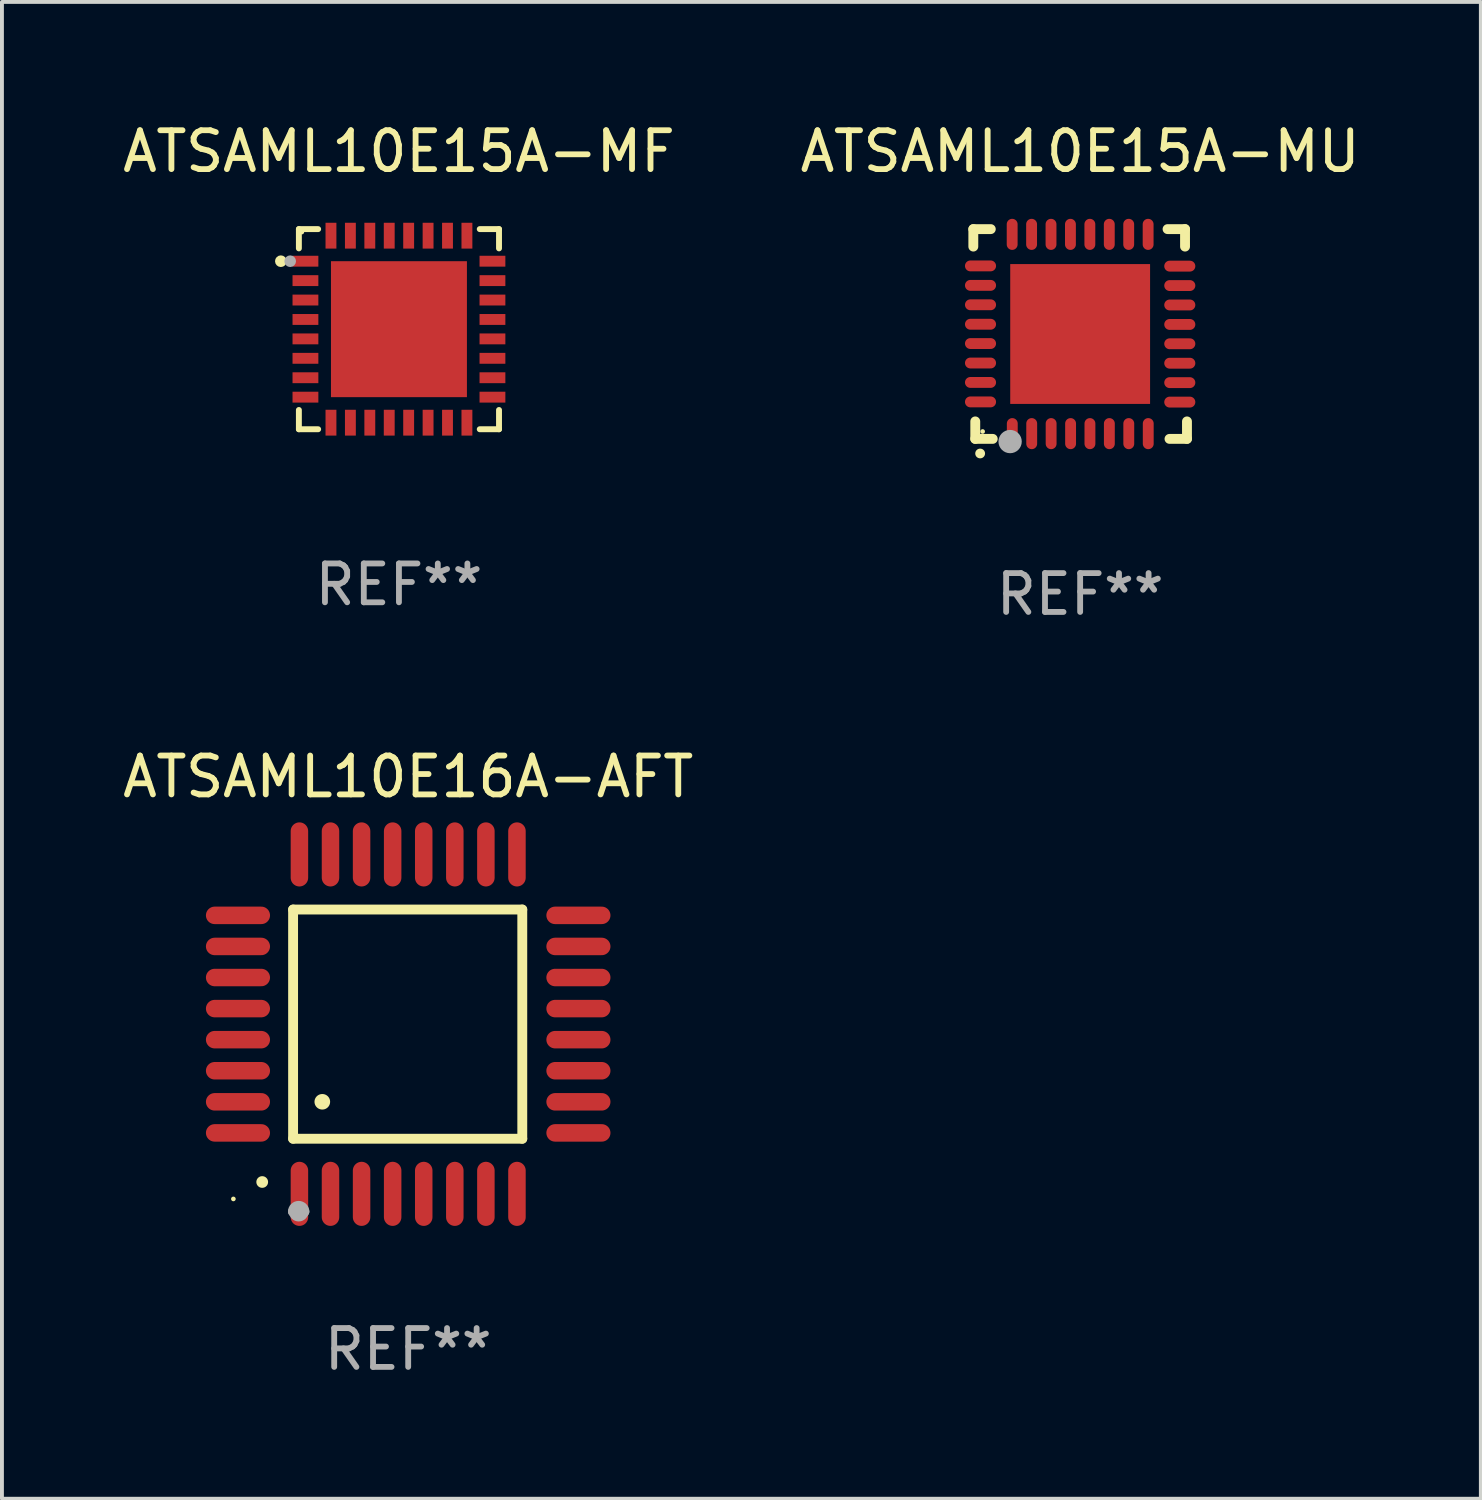
<source format=kicad_pcb>
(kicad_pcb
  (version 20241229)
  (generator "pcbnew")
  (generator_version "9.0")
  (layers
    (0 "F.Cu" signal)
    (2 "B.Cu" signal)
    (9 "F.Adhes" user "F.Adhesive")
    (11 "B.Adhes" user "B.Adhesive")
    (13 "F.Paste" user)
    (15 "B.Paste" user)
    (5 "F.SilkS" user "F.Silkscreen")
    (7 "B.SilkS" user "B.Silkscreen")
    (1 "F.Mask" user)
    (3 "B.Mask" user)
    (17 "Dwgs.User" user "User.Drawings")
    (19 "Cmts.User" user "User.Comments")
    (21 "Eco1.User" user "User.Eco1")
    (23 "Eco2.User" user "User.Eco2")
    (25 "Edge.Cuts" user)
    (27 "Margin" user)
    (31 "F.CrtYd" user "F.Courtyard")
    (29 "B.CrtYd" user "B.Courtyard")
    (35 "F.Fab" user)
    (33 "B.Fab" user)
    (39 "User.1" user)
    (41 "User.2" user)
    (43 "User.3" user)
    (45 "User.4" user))
  (footprint "ATSAML10E15A-MF"
    (layer "F.Cu")
    (at 7.22 5.424)
    (property "Reference" "ATSAML10E15A-MF" (at 0 -4.576 0) (layer "F.SilkS") (effects (font (size 1 1) (thickness 0.15))))
    (attr through_hole)
    (fp_line (start -2.576 -2.576) (end -2.576 -2.08) (stroke (width 0.152) (type solid)) (layer "F.SilkS"))
    (fp_line (start -2.576 2.576) (end -2.576 2.08) (stroke (width 0.152) (type solid)) (layer "F.SilkS"))
    (fp_line (start -2.08 -2.576) (end -2.576 -2.576) (stroke (width 0.152) (type solid)) (layer "F.SilkS"))
    (fp_line (start -2.08 2.576) (end -2.576 2.576) (stroke (width 0.152) (type solid)) (layer "F.SilkS"))
    (fp_line (start 2.08 -2.576) (end 2.576 -2.576) (stroke (width 0.152) (type solid)) (layer "F.SilkS"))
    (fp_line (start 2.08 2.576) (end 2.576 2.576) (stroke (width 0.152) (type solid)) (layer "F.SilkS"))
    (fp_line (start 2.576 -2.576) (end 2.576 -2.08) (stroke (width 0.152) (type solid)) (layer "F.SilkS"))
    (fp_line (start 2.576 2.576) (end 2.576 2.08) (stroke (width 0.152) (type solid)) (layer "F.SilkS"))
    (fp_circle (center -3.04 -1.75) (end -2.965 -1.75) (stroke (width 0.15) (type solid)) (fill no) (layer "F.SilkS"))
    (fp_circle (center -2.5 -2.5) (end -2.47 -2.5) (stroke (width 0.06) (type solid)) (fill no) (layer "F.SilkS"))
    (fp_circle (center -2.8 -1.75) (end -2.725 -1.75) (stroke (width 0.15) (type solid)) (fill no) (layer "F.Fab"))
    (fp_text user "REF**" (at 0 6.576 0) (layer "F.Fab") (effects (font (size 1 1) (thickness 0.15))))
    (pad "1" smd rect (at -2.407 -1.75) (size 0.665 0.28) (layers "F.Cu" "F.Mask" "F.Paste"))
    (pad "2" smd rect (at -2.407 -1.25) (size 0.665 0.28) (layers "F.Cu" "F.Mask" "F.Paste"))
    (pad "3" smd rect (at -2.407 -0.75) (size 0.665 0.28) (layers "F.Cu" "F.Mask" "F.Paste"))
    (pad "4" smd rect (at -2.407 -0.25) (size 0.665 0.28) (layers "F.Cu" "F.Mask" "F.Paste"))
    (pad "5" smd rect (at -2.407 0.25) (size 0.665 0.28) (layers "F.Cu" "F.Mask" "F.Paste"))
    (pad "6" smd rect (at -2.407 0.75) (size 0.665 0.28) (layers "F.Cu" "F.Mask" "F.Paste"))
    (pad "7" smd rect (at -2.407 1.25) (size 0.665 0.28) (layers "F.Cu" "F.Mask" "F.Paste"))
    (pad "8" smd rect (at -2.407 1.75) (size 0.665 0.28) (layers "F.Cu" "F.Mask" "F.Paste"))
    (pad "9" smd rect (at -1.75 2.407) (size 0.28 0.665) (layers "F.Cu" "F.Mask" "F.Paste"))
    (pad "10" smd rect (at -1.25 2.407) (size 0.28 0.665) (layers "F.Cu" "F.Mask" "F.Paste"))
    (pad "11" smd rect (at -0.75 2.407) (size 0.28 0.665) (layers "F.Cu" "F.Mask" "F.Paste"))
    (pad "12" smd rect (at -0.25 2.407) (size 0.28 0.665) (layers "F.Cu" "F.Mask" "F.Paste"))
    (pad "13" smd rect (at 0.25 2.407) (size 0.28 0.665) (layers "F.Cu" "F.Mask" "F.Paste"))
    (pad "14" smd rect (at 0.75 2.407) (size 0.28 0.665) (layers "F.Cu" "F.Mask" "F.Paste"))
    (pad "15" smd rect (at 1.25 2.407) (size 0.28 0.665) (layers "F.Cu" "F.Mask" "F.Paste"))
    (pad "16" smd rect (at 1.75 2.407) (size 0.28 0.665) (layers "F.Cu" "F.Mask" "F.Paste"))
    (pad "17" smd rect (at 2.407 1.75) (size 0.665 0.28) (layers "F.Cu" "F.Mask" "F.Paste"))
    (pad "18" smd rect (at 2.407 1.25) (size 0.665 0.28) (layers "F.Cu" "F.Mask" "F.Paste"))
    (pad "19" smd rect (at 2.407 0.75) (size 0.665 0.28) (layers "F.Cu" "F.Mask" "F.Paste"))
    (pad "20" smd rect (at 2.407 0.25) (size 0.665 0.28) (layers "F.Cu" "F.Mask" "F.Paste"))
    (pad "21" smd rect (at 2.407 -0.25) (size 0.665 0.28) (layers "F.Cu" "F.Mask" "F.Paste"))
    (pad "22" smd rect (at 2.407 -0.75) (size 0.665 0.28) (layers "F.Cu" "F.Mask" "F.Paste"))
    (pad "23" smd rect (at 2.407 -1.25) (size 0.665 0.28) (layers "F.Cu" "F.Mask" "F.Paste"))
    (pad "24" smd rect (at 2.407 -1.75) (size 0.665 0.28) (layers "F.Cu" "F.Mask" "F.Paste"))
    (pad "25" smd rect (at 1.75 -2.407) (size 0.28 0.665) (layers "F.Cu" "F.Mask" "F.Paste"))
    (pad "26" smd rect (at 1.25 -2.407) (size 0.28 0.665) (layers "F.Cu" "F.Mask" "F.Paste"))
    (pad "27" smd rect (at 0.75 -2.407) (size 0.28 0.665) (layers "F.Cu" "F.Mask" "F.Paste"))
    (pad "28" smd rect (at 0.25 -2.407) (size 0.28 0.665) (layers "F.Cu" "F.Mask" "F.Paste"))
    (pad "29" smd rect (at -0.25 -2.407) (size 0.28 0.665) (layers "F.Cu" "F.Mask" "F.Paste"))
    (pad "30" smd rect (at -0.75 -2.407) (size 0.28 0.665) (layers "F.Cu" "F.Mask" "F.Paste"))
    (pad "31" smd rect (at -1.25 -2.407) (size 0.28 0.665) (layers "F.Cu" "F.Mask" "F.Paste"))
    (pad "32" smd rect (at -1.75 -2.407) (size 0.28 0.665) (layers "F.Cu" "F.Mask" "F.Paste"))
    (pad "33" smd rect (at 0 0) (size 3.5 3.5) (layers "F.Cu" "F.Mask" "F.Paste")))
  (footprint "ATSAML10E16A-AFT"
    (layer "F.Cu")
    (at 7.458 23.314)
    (property "Reference" "ATSAML10E16A-AFT" (at 0 -6.369 0) (layer "F.SilkS") (effects (font (size 1 1) (thickness 0.15))))
    (attr through_hole)
    (fp_line (start -2.963 -2.95) (end -2.963 2.95) (stroke (width 0.254) (type solid)) (layer "F.SilkS"))
    (fp_line (start -2.963 2.95) (end 2.937 2.95) (stroke (width 0.254) (type solid)) (layer "F.SilkS"))
    (fp_line (start 2.937 -2.95) (end -2.963 -2.95) (stroke (width 0.254) (type solid)) (layer "F.SilkS"))
    (fp_line (start 2.937 2.95) (end 2.937 -2.95) (stroke (width 0.254) (type solid)) (layer "F.SilkS"))
    (fp_arc (start -3.759208 4.064008) (mid -3.757938 4.064003) (end -3.756668 4.064008) (stroke (width 0.3) (type solid)) (layer "F.SilkS"))
    (fp_arc (start -2.212344 1.998984) (mid -2.211074 1.99898) (end -2.209804 1.998984) (stroke (width 0.4) (type solid)) (layer "F.SilkS"))
    (fp_circle (center -4.5 4.5) (end -4.47 4.5) (stroke (width 0.06) (type solid)) (fill no) (layer "F.SilkS"))
    (fp_arc (start -2.967489 4.82601) (mid -2.819406 4.677927) (end -2.671323 4.82601) (stroke (width 0.254001) (type solid)) (layer "F.Fab"))
    (fp_arc (start -2.967488 4.82601) (mid -2.819406 4.791053) (end -2.671324 4.82601) (stroke (width 0.254001) (type solid)) (layer "F.Fab"))
    (fp_circle (center -2.819 4.826) (end -2.692 4.826) (stroke (width 0.254) (type solid)) (fill no) (layer "F.Fab"))
    (fp_text user "REF**" (at 0 8.369 0) (layer "F.Fab") (effects (font (size 1 1) (thickness 0.15))))
    (pad "1" smd oval (at -2.8 4.369) (size 0.45 1.65) (layers "F.Cu" "F.Mask" "F.Paste"))
    (pad "2" smd oval (at -2 4.369) (size 0.45 1.65) (layers "F.Cu" "F.Mask" "F.Paste"))
    (pad "3" smd oval (at -1.2 4.369) (size 0.45 1.65) (layers "F.Cu" "F.Mask" "F.Paste"))
    (pad "4" smd oval (at -0.4 4.369) (size 0.45 1.65) (layers "F.Cu" "F.Mask" "F.Paste"))
    (pad "5" smd oval (at 0.4 4.369) (size 0.45 1.65) (layers "F.Cu" "F.Mask" "F.Paste"))
    (pad "6" smd oval (at 1.2 4.369) (size 0.45 1.65) (layers "F.Cu" "F.Mask" "F.Paste"))
    (pad "7" smd oval (at 2 4.369) (size 0.45 1.65) (layers "F.Cu" "F.Mask" "F.Paste"))
    (pad "8" smd oval (at 2.8 4.369) (size 0.45 1.65) (layers "F.Cu" "F.Mask" "F.Paste"))
    (pad "9" smd oval (at 4.382 2.8) (size 1.65 0.45) (layers "F.Cu" "F.Mask" "F.Paste"))
    (pad "10" smd oval (at 4.382 2) (size 1.65 0.45) (layers "F.Cu" "F.Mask" "F.Paste"))
    (pad "11" smd oval (at 4.382 1.2) (size 1.65 0.45) (layers "F.Cu" "F.Mask" "F.Paste"))
    (pad "12" smd oval (at 4.382 0.4) (size 1.65 0.45) (layers "F.Cu" "F.Mask" "F.Paste"))
    (pad "13" smd oval (at 4.382 -0.4) (size 1.65 0.45) (layers "F.Cu" "F.Mask" "F.Paste"))
    (pad "14" smd oval (at 4.382 -1.2) (size 1.65 0.45) (layers "F.Cu" "F.Mask" "F.Paste"))
    (pad "15" smd oval (at 4.382 -2) (size 1.65 0.45) (layers "F.Cu" "F.Mask" "F.Paste"))
    (pad "16" smd oval (at 4.382 -2.8) (size 1.65 0.45) (layers "F.Cu" "F.Mask" "F.Paste"))
    (pad "17" smd oval (at 2.8 -4.369) (size 0.45 1.65) (layers "F.Cu" "F.Mask" "F.Paste"))
    (pad "18" smd oval (at 2 -4.369) (size 0.45 1.65) (layers "F.Cu" "F.Mask" "F.Paste"))
    (pad "19" smd oval (at 1.2 -4.369) (size 0.45 1.65) (layers "F.Cu" "F.Mask" "F.Paste"))
    (pad "20" smd oval (at 0.4 -4.369) (size 0.45 1.65) (layers "F.Cu" "F.Mask" "F.Paste"))
    (pad "21" smd oval (at -0.4 -4.369) (size 0.45 1.65) (layers "F.Cu" "F.Mask" "F.Paste"))
    (pad "22" smd oval (at -1.2 -4.369) (size 0.45 1.65) (layers "F.Cu" "F.Mask" "F.Paste"))
    (pad "23" smd oval (at -2 -4.369) (size 0.45 1.65) (layers "F.Cu" "F.Mask" "F.Paste"))
    (pad "24" smd oval (at -2.8 -4.369) (size 0.45 1.65) (layers "F.Cu" "F.Mask" "F.Paste"))
    (pad "25" smd oval (at -4.382 -2.8) (size 1.65 0.45) (layers "F.Cu" "F.Mask" "F.Paste"))
    (pad "26" smd oval (at -4.382 -2) (size 1.65 0.45) (layers "F.Cu" "F.Mask" "F.Paste"))
    (pad "27" smd oval (at -4.382 -1.2) (size 1.65 0.45) (layers "F.Cu" "F.Mask" "F.Paste"))
    (pad "28" smd oval (at -4.382 -0.4) (size 1.65 0.45) (layers "F.Cu" "F.Mask" "F.Paste"))
    (pad "29" smd oval (at -4.382 0.4) (size 1.65 0.45) (layers "F.Cu" "F.Mask" "F.Paste"))
    (pad "30" smd oval (at -4.382 1.2) (size 1.65 0.45) (layers "F.Cu" "F.Mask" "F.Paste"))
    (pad "31" smd oval (at -4.382 2) (size 1.65 0.45) (layers "F.Cu" "F.Mask" "F.Paste"))
    (pad "32" smd oval (at -4.382 2.8) (size 1.65 0.45) (layers "F.Cu" "F.Mask" "F.Paste")))
  (footprint "ATSAML10E15A-MU"
    (layer "F.Cu")
    (at 24.756 5.548)
    (property "Reference" "ATSAML10E15A-MU" (at 0 -4.7 0) (layer "F.SilkS") (effects (font (size 1 1) (thickness 0.15))))
    (attr through_hole)
    (fp_line (start -2.75 -2.7) (end -2.75 -2.25) (stroke (width 0.254) (type solid)) (layer "F.SilkS"))
    (fp_line (start -2.7 2.7) (end -2.7 2.25) (stroke (width 0.254) (type solid)) (layer "F.SilkS"))
    (fp_line (start -2.3 -2.7) (end -2.75 -2.7) (stroke (width 0.254) (type solid)) (layer "F.SilkS"))
    (fp_line (start -2.25 2.7) (end -2.7 2.7) (stroke (width 0.254) (type solid)) (layer "F.SilkS"))
    (fp_line (start 2.3 2.7) (end 2.75 2.7) (stroke (width 0.254) (type solid)) (layer "F.SilkS"))
    (fp_line (start 2.7 -2.7) (end 2.25 -2.7) (stroke (width 0.254) (type solid)) (layer "F.SilkS"))
    (fp_line (start 2.7 -2.25) (end 2.7 -2.7) (stroke (width 0.254) (type solid)) (layer "F.SilkS"))
    (fp_line (start 2.75 2.7) (end 2.75 2.25) (stroke (width 0.254) (type solid)) (layer "F.SilkS"))
    (fp_arc (start -2.575565 3.075946) (mid -2.574295 3.07594) (end -2.573025 3.075946) (stroke (width 0.25) (type solid)) (layer "F.SilkS"))
    (fp_circle (center -2.51 2.51) (end -2.48 2.51) (stroke (width 0.06) (type solid)) (fill no) (layer "F.SilkS"))
    (fp_circle (center -1.803 2.769) (end -1.653 2.769) (stroke (width 0.3) (type solid)) (fill no) (layer "F.Fab"))
    (fp_text user "REF**" (at 0 6.7 0) (layer "F.Fab") (effects (font (size 1 1) (thickness 0.15))))
    (pad "1" smd oval (at -1.747 2.565) (size 0.28 0.8) (layers "F.Cu" "F.Mask" "F.Paste"))
    (pad "2" smd oval (at -1.247 2.565) (size 0.28 0.8) (layers "F.Cu" "F.Mask" "F.Paste"))
    (pad "3" smd oval (at -0.747 2.565) (size 0.28 0.8) (layers "F.Cu" "F.Mask" "F.Paste"))
    (pad "4" smd oval (at -0.246 2.565) (size 0.28 0.8) (layers "F.Cu" "F.Mask" "F.Paste"))
    (pad "5" smd oval (at 0.252 2.565) (size 0.28 0.8) (layers "F.Cu" "F.Mask" "F.Paste"))
    (pad "6" smd oval (at 0.752 2.565) (size 0.28 0.8) (layers "F.Cu" "F.Mask" "F.Paste"))
    (pad "7" smd oval (at 1.252 2.565) (size 0.28 0.8) (layers "F.Cu" "F.Mask" "F.Paste"))
    (pad "8" smd oval (at 1.753 2.565) (size 0.28 0.8) (layers "F.Cu" "F.Mask" "F.Paste"))
    (pad "9" smd oval (at 2.565 1.753) (size 0.8 0.28) (layers "F.Cu" "F.Mask" "F.Paste"))
    (pad "10" smd oval (at 2.565 1.252) (size 0.8 0.28) (layers "F.Cu" "F.Mask" "F.Paste"))
    (pad "11" smd oval (at 2.565 0.752) (size 0.8 0.28) (layers "F.Cu" "F.Mask" "F.Paste"))
    (pad "12" smd oval (at 2.565 0.252) (size 0.8 0.28) (layers "F.Cu" "F.Mask" "F.Paste"))
    (pad "13" smd oval (at 2.565 -0.246) (size 0.8 0.28) (layers "F.Cu" "F.Mask" "F.Paste"))
    (pad "14" smd oval (at 2.565 -0.747) (size 0.8 0.28) (layers "F.Cu" "F.Mask" "F.Paste"))
    (pad "15" smd oval (at 2.565 -1.247) (size 0.8 0.28) (layers "F.Cu" "F.Mask" "F.Paste"))
    (pad "16" smd oval (at 2.565 -1.747) (size 0.8 0.28) (layers "F.Cu" "F.Mask" "F.Paste"))
    (pad "17" smd oval (at 1.75 -2.565) (size 0.28 0.8) (layers "F.Cu" "F.Mask" "F.Paste"))
    (pad "18" smd oval (at 1.25 -2.565) (size 0.28 0.8) (layers "F.Cu" "F.Mask" "F.Paste"))
    (pad "19" smd oval (at 0.75 -2.565) (size 0.28 0.8) (layers "F.Cu" "F.Mask" "F.Paste"))
    (pad "20" smd oval (at 0.25 -2.565) (size 0.28 0.8) (layers "F.Cu" "F.Mask" "F.Paste"))
    (pad "21" smd oval (at -0.25 -2.565) (size 0.28 0.8) (layers "F.Cu" "F.Mask" "F.Paste"))
    (pad "22" smd oval (at -0.75 -2.565) (size 0.28 0.8) (layers "F.Cu" "F.Mask" "F.Paste"))
    (pad "23" smd oval (at -1.25 -2.565) (size 0.28 0.8) (layers "F.Cu" "F.Mask" "F.Paste"))
    (pad "24" smd oval (at -1.75 -2.565) (size 0.28 0.8) (layers "F.Cu" "F.Mask" "F.Paste"))
    (pad "25" smd oval (at -2.565 -1.753) (size 0.8 0.28) (layers "F.Cu" "F.Mask" "F.Paste"))
    (pad "26" smd oval (at -2.565 -1.252) (size 0.8 0.28) (layers "F.Cu" "F.Mask" "F.Paste"))
    (pad "27" smd oval (at -2.565 -0.752) (size 0.8 0.28) (layers "F.Cu" "F.Mask" "F.Paste"))
    (pad "28" smd oval (at -2.565 -0.251) (size 0.8 0.28) (layers "F.Cu" "F.Mask" "F.Paste"))
    (pad "29" smd oval (at -2.565 0.246) (size 0.8 0.28) (layers "F.Cu" "F.Mask" "F.Paste"))
    (pad "30" smd oval (at -2.565 0.747) (size 0.8 0.28) (layers "F.Cu" "F.Mask" "F.Paste"))
    (pad "31" smd oval (at -2.565 1.247) (size 0.8 0.28) (layers "F.Cu" "F.Mask" "F.Paste"))
    (pad "32" smd oval (at -2.565 1.748) (size 0.8 0.28) (layers "F.Cu" "F.Mask" "F.Paste"))
    (pad "33" smd rect (at 0.000076 0.000076) (size 3.6 3.6) (layers "F.Cu" "F.Mask" "F.Paste")))
  (gr_rect
    (start -3 -3)
    (end 35.071 35.531)
    (stroke (width 0.1) (type default))
    (fill no)
    (layer "Edge.Cuts")))
</source>
